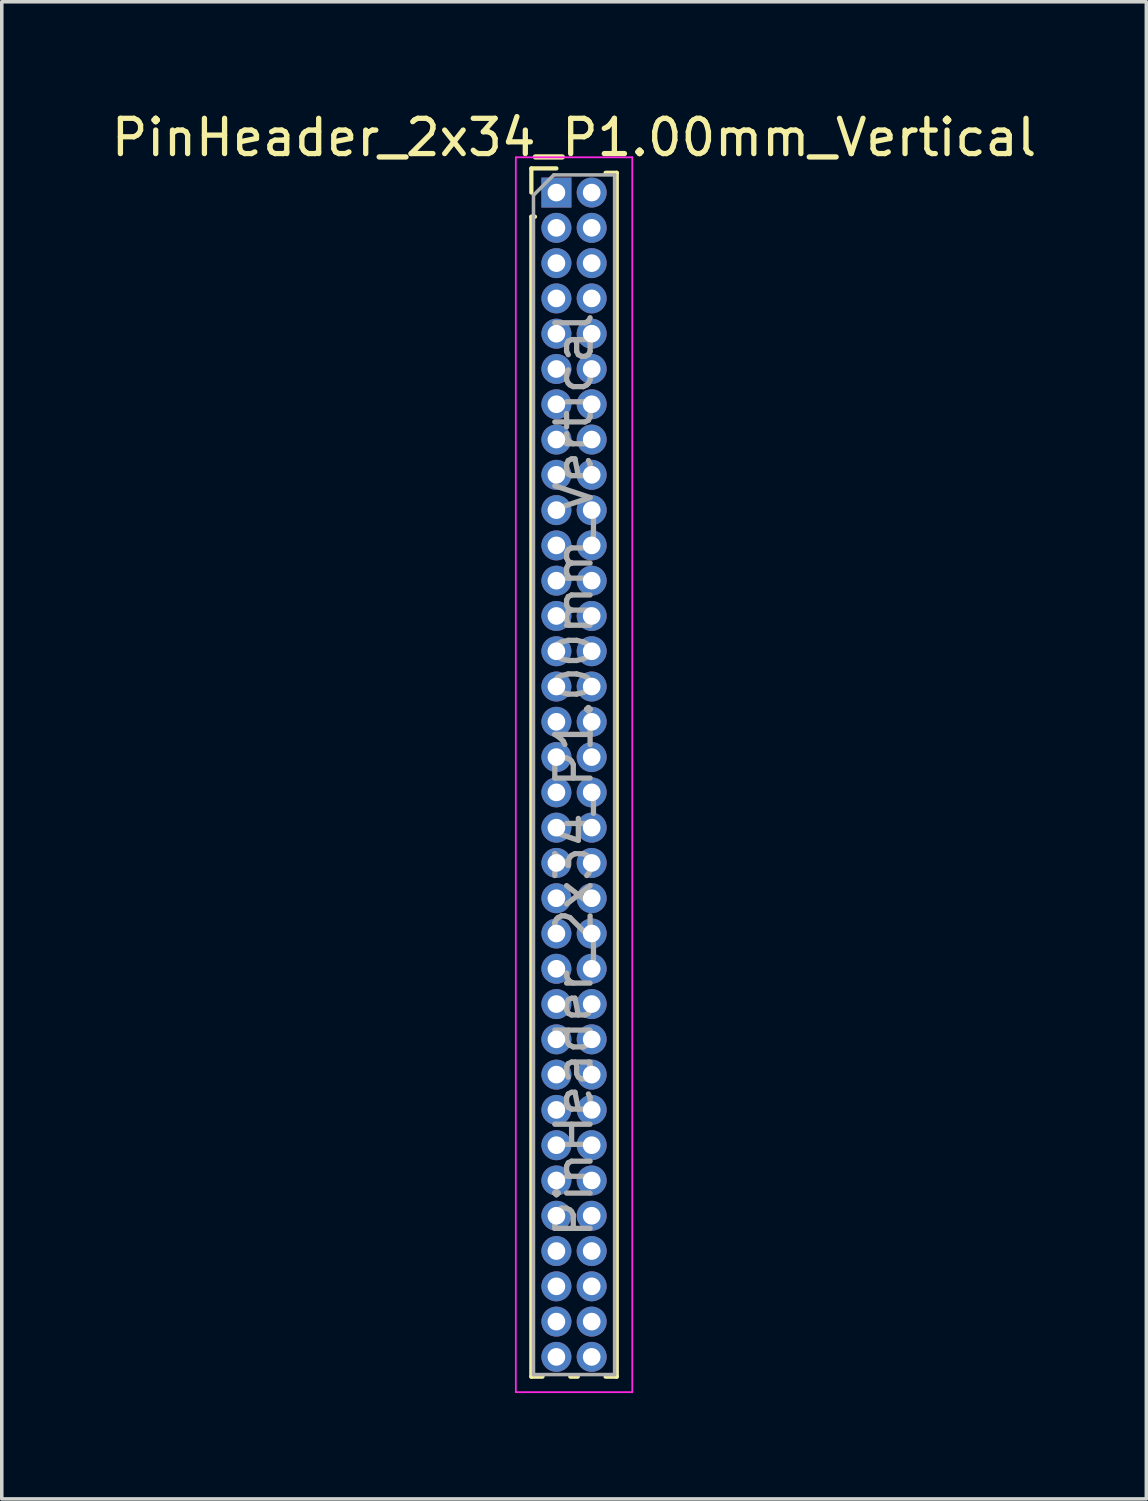
<source format=kicad_pcb>
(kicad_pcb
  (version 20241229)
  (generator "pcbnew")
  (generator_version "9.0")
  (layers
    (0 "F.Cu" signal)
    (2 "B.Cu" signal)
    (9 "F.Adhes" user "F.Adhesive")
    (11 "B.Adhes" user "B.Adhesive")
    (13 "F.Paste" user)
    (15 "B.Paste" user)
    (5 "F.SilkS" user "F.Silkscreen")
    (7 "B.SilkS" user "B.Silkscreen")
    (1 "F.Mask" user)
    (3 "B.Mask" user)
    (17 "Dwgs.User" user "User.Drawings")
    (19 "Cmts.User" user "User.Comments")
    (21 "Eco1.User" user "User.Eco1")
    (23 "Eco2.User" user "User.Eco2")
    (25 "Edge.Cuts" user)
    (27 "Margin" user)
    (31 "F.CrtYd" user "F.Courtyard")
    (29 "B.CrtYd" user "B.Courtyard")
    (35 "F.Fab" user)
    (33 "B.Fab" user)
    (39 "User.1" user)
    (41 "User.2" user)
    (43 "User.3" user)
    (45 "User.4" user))
  (footprint "PinHeader_2x34_P1.00mm_Vertical"
    (layer "F.Cu")
    (at 12.72 2.408)
    (property "Reference" "PinHeader_2x34_P1.00mm_Vertical" (at 0.5 -1.56 0) (layer "F.SilkS") (effects (font (size 1 1) (thickness 0.15))))
    (attr through_hole)
    (fp_line (start -0.71 -0.685) (end 0 -0.685) (stroke (width 0.12) (type solid)) (layer "F.SilkS"))
    (fp_line (start -0.71 0) (end -0.71 -0.685) (stroke (width 0.12) (type solid)) (layer "F.SilkS"))
    (fp_line (start -0.71 0.685) (end -0.71 33.56) (stroke (width 0.12) (type solid)) (layer "F.SilkS"))
    (fp_line (start -0.71 0.685) (end -0.608 0.685) (stroke (width 0.12) (type solid)) (layer "F.SilkS"))
    (fp_line (start -0.71 33.56) (end -0.394 33.56) (stroke (width 0.12) (type solid)) (layer "F.SilkS"))
    (fp_line (start 0.394 33.56) (end 0.606 33.56) (stroke (width 0.12) (type solid)) (layer "F.SilkS"))
    (fp_line (start 1.394 -0.56) (end 1.71 -0.56) (stroke (width 0.12) (type solid)) (layer "F.SilkS"))
    (fp_line (start 1.394 33.56) (end 1.71 33.56) (stroke (width 0.12) (type solid)) (layer "F.SilkS"))
    (fp_line (start 1.71 -0.56) (end 1.71 33.56) (stroke (width 0.12) (type solid)) (layer "F.SilkS"))
    (fp_line (start -1.15 -1) (end -1.15 34) (stroke (width 0.05) (type solid)) (layer "F.CrtYd"))
    (fp_line (start -1.15 34) (end 2.15 34) (stroke (width 0.05) (type solid)) (layer "F.CrtYd"))
    (fp_line (start 2.15 -1) (end -1.15 -1) (stroke (width 0.05) (type solid)) (layer "F.CrtYd"))
    (fp_line (start 2.15 34) (end 2.15 -1) (stroke (width 0.05) (type solid)) (layer "F.CrtYd"))
    (fp_line (start -0.65 0.075) (end -0.075 -0.5) (stroke (width 0.1) (type solid)) (layer "F.Fab"))
    (fp_line (start -0.65 33.5) (end -0.65 0.075) (stroke (width 0.1) (type solid)) (layer "F.Fab"))
    (fp_line (start -0.075 -0.5) (end 1.65 -0.5) (stroke (width 0.1) (type solid)) (layer "F.Fab"))
    (fp_line (start 1.65 -0.5) (end 1.65 33.5) (stroke (width 0.1) (type solid)) (layer "F.Fab"))
    (fp_line (start 1.65 33.5) (end -0.65 33.5) (stroke (width 0.1) (type solid)) (layer "F.Fab"))
    (fp_text user "${REFERENCE}" (at 0.5 16.5 90) (layer "F.Fab") (effects (font (size 1 1) (thickness 0.15))))
    (pad "1" thru_hole rect (at 0 0) (size 0.85 0.85) (drill 0.5) (layers "*.Cu" "*.Mask"))
    (pad "2" thru_hole oval (at 1 0) (size 0.85 0.85) (drill 0.5) (layers "*.Cu" "*.Mask"))
    (pad "3" thru_hole oval (at 0 1) (size 0.85 0.85) (drill 0.5) (layers "*.Cu" "*.Mask"))
    (pad "4" thru_hole oval (at 1 1) (size 0.85 0.85) (drill 0.5) (layers "*.Cu" "*.Mask"))
    (pad "5" thru_hole oval (at 0 2) (size 0.85 0.85) (drill 0.5) (layers "*.Cu" "*.Mask"))
    (pad "6" thru_hole oval (at 1 2) (size 0.85 0.85) (drill 0.5) (layers "*.Cu" "*.Mask"))
    (pad "7" thru_hole oval (at 0 3) (size 0.85 0.85) (drill 0.5) (layers "*.Cu" "*.Mask"))
    (pad "8" thru_hole oval (at 1 3) (size 0.85 0.85) (drill 0.5) (layers "*.Cu" "*.Mask"))
    (pad "9" thru_hole oval (at 0 4) (size 0.85 0.85) (drill 0.5) (layers "*.Cu" "*.Mask"))
    (pad "10" thru_hole oval (at 1 4) (size 0.85 0.85) (drill 0.5) (layers "*.Cu" "*.Mask"))
    (pad "11" thru_hole oval (at 0 5) (size 0.85 0.85) (drill 0.5) (layers "*.Cu" "*.Mask"))
    (pad "12" thru_hole oval (at 1 5) (size 0.85 0.85) (drill 0.5) (layers "*.Cu" "*.Mask"))
    (pad "13" thru_hole oval (at 0 6) (size 0.85 0.85) (drill 0.5) (layers "*.Cu" "*.Mask"))
    (pad "14" thru_hole oval (at 1 6) (size 0.85 0.85) (drill 0.5) (layers "*.Cu" "*.Mask"))
    (pad "15" thru_hole oval (at 0 7) (size 0.85 0.85) (drill 0.5) (layers "*.Cu" "*.Mask"))
    (pad "16" thru_hole oval (at 1 7) (size 0.85 0.85) (drill 0.5) (layers "*.Cu" "*.Mask"))
    (pad "17" thru_hole oval (at 0 8) (size 0.85 0.85) (drill 0.5) (layers "*.Cu" "*.Mask"))
    (pad "18" thru_hole oval (at 1 8) (size 0.85 0.85) (drill 0.5) (layers "*.Cu" "*.Mask"))
    (pad "19" thru_hole oval (at 0 9) (size 0.85 0.85) (drill 0.5) (layers "*.Cu" "*.Mask"))
    (pad "20" thru_hole oval (at 1 9) (size 0.85 0.85) (drill 0.5) (layers "*.Cu" "*.Mask"))
    (pad "21" thru_hole oval (at 0 10) (size 0.85 0.85) (drill 0.5) (layers "*.Cu" "*.Mask"))
    (pad "22" thru_hole oval (at 1 10) (size 0.85 0.85) (drill 0.5) (layers "*.Cu" "*.Mask"))
    (pad "23" thru_hole oval (at 0 11) (size 0.85 0.85) (drill 0.5) (layers "*.Cu" "*.Mask"))
    (pad "24" thru_hole oval (at 1 11) (size 0.85 0.85) (drill 0.5) (layers "*.Cu" "*.Mask"))
    (pad "25" thru_hole oval (at 0 12) (size 0.85 0.85) (drill 0.5) (layers "*.Cu" "*.Mask"))
    (pad "26" thru_hole oval (at 1 12) (size 0.85 0.85) (drill 0.5) (layers "*.Cu" "*.Mask"))
    (pad "27" thru_hole oval (at 0 13) (size 0.85 0.85) (drill 0.5) (layers "*.Cu" "*.Mask"))
    (pad "28" thru_hole oval (at 1 13) (size 0.85 0.85) (drill 0.5) (layers "*.Cu" "*.Mask"))
    (pad "29" thru_hole oval (at 0 14) (size 0.85 0.85) (drill 0.5) (layers "*.Cu" "*.Mask"))
    (pad "30" thru_hole oval (at 1 14) (size 0.85 0.85) (drill 0.5) (layers "*.Cu" "*.Mask"))
    (pad "31" thru_hole oval (at 0 15) (size 0.85 0.85) (drill 0.5) (layers "*.Cu" "*.Mask"))
    (pad "32" thru_hole oval (at 1 15) (size 0.85 0.85) (drill 0.5) (layers "*.Cu" "*.Mask"))
    (pad "33" thru_hole oval (at 0 16) (size 0.85 0.85) (drill 0.5) (layers "*.Cu" "*.Mask"))
    (pad "34" thru_hole oval (at 1 16) (size 0.85 0.85) (drill 0.5) (layers "*.Cu" "*.Mask"))
    (pad "35" thru_hole oval (at 0 17) (size 0.85 0.85) (drill 0.5) (layers "*.Cu" "*.Mask"))
    (pad "36" thru_hole oval (at 1 17) (size 0.85 0.85) (drill 0.5) (layers "*.Cu" "*.Mask"))
    (pad "37" thru_hole oval (at 0 18) (size 0.85 0.85) (drill 0.5) (layers "*.Cu" "*.Mask"))
    (pad "38" thru_hole oval (at 1 18) (size 0.85 0.85) (drill 0.5) (layers "*.Cu" "*.Mask"))
    (pad "39" thru_hole oval (at 0 19) (size 0.85 0.85) (drill 0.5) (layers "*.Cu" "*.Mask"))
    (pad "40" thru_hole oval (at 1 19) (size 0.85 0.85) (drill 0.5) (layers "*.Cu" "*.Mask"))
    (pad "41" thru_hole oval (at 0 20) (size 0.85 0.85) (drill 0.5) (layers "*.Cu" "*.Mask"))
    (pad "42" thru_hole oval (at 1 20) (size 0.85 0.85) (drill 0.5) (layers "*.Cu" "*.Mask"))
    (pad "43" thru_hole oval (at 0 21) (size 0.85 0.85) (drill 0.5) (layers "*.Cu" "*.Mask"))
    (pad "44" thru_hole oval (at 1 21) (size 0.85 0.85) (drill 0.5) (layers "*.Cu" "*.Mask"))
    (pad "45" thru_hole oval (at 0 22) (size 0.85 0.85) (drill 0.5) (layers "*.Cu" "*.Mask"))
    (pad "46" thru_hole oval (at 1 22) (size 0.85 0.85) (drill 0.5) (layers "*.Cu" "*.Mask"))
    (pad "47" thru_hole oval (at 0 23) (size 0.85 0.85) (drill 0.5) (layers "*.Cu" "*.Mask"))
    (pad "48" thru_hole oval (at 1 23) (size 0.85 0.85) (drill 0.5) (layers "*.Cu" "*.Mask"))
    (pad "49" thru_hole oval (at 0 24) (size 0.85 0.85) (drill 0.5) (layers "*.Cu" "*.Mask"))
    (pad "50" thru_hole oval (at 1 24) (size 0.85 0.85) (drill 0.5) (layers "*.Cu" "*.Mask"))
    (pad "51" thru_hole oval (at 0 25) (size 0.85 0.85) (drill 0.5) (layers "*.Cu" "*.Mask"))
    (pad "52" thru_hole oval (at 1 25) (size 0.85 0.85) (drill 0.5) (layers "*.Cu" "*.Mask"))
    (pad "53" thru_hole oval (at 0 26) (size 0.85 0.85) (drill 0.5) (layers "*.Cu" "*.Mask"))
    (pad "54" thru_hole oval (at 1 26) (size 0.85 0.85) (drill 0.5) (layers "*.Cu" "*.Mask"))
    (pad "55" thru_hole oval (at 0 27) (size 0.85 0.85) (drill 0.5) (layers "*.Cu" "*.Mask"))
    (pad "56" thru_hole oval (at 1 27) (size 0.85 0.85) (drill 0.5) (layers "*.Cu" "*.Mask"))
    (pad "57" thru_hole oval (at 0 28) (size 0.85 0.85) (drill 0.5) (layers "*.Cu" "*.Mask"))
    (pad "58" thru_hole oval (at 1 28) (size 0.85 0.85) (drill 0.5) (layers "*.Cu" "*.Mask"))
    (pad "59" thru_hole oval (at 0 29) (size 0.85 0.85) (drill 0.5) (layers "*.Cu" "*.Mask"))
    (pad "60" thru_hole oval (at 1 29) (size 0.85 0.85) (drill 0.5) (layers "*.Cu" "*.Mask"))
    (pad "61" thru_hole oval (at 0 30) (size 0.85 0.85) (drill 0.5) (layers "*.Cu" "*.Mask"))
    (pad "62" thru_hole oval (at 1 30) (size 0.85 0.85) (drill 0.5) (layers "*.Cu" "*.Mask"))
    (pad "63" thru_hole oval (at 0 31) (size 0.85 0.85) (drill 0.5) (layers "*.Cu" "*.Mask"))
    (pad "64" thru_hole oval (at 1 31) (size 0.85 0.85) (drill 0.5) (layers "*.Cu" "*.Mask"))
    (pad "65" thru_hole oval (at 0 32) (size 0.85 0.85) (drill 0.5) (layers "*.Cu" "*.Mask"))
    (pad "66" thru_hole oval (at 1 32) (size 0.85 0.85) (drill 0.5) (layers "*.Cu" "*.Mask"))
    (pad "67" thru_hole oval (at 0 33) (size 0.85 0.85) (drill 0.5) (layers "*.Cu" "*.Mask"))
    (pad "68" thru_hole oval (at 1 33) (size 0.85 0.85) (drill 0.5) (layers "*.Cu" "*.Mask")))
  (gr_rect
    (start -3 -3)
    (end 29.44 39.433)
    (stroke (width 0.1) (type default))
    (fill no)
    (layer "Edge.Cuts")))
</source>
